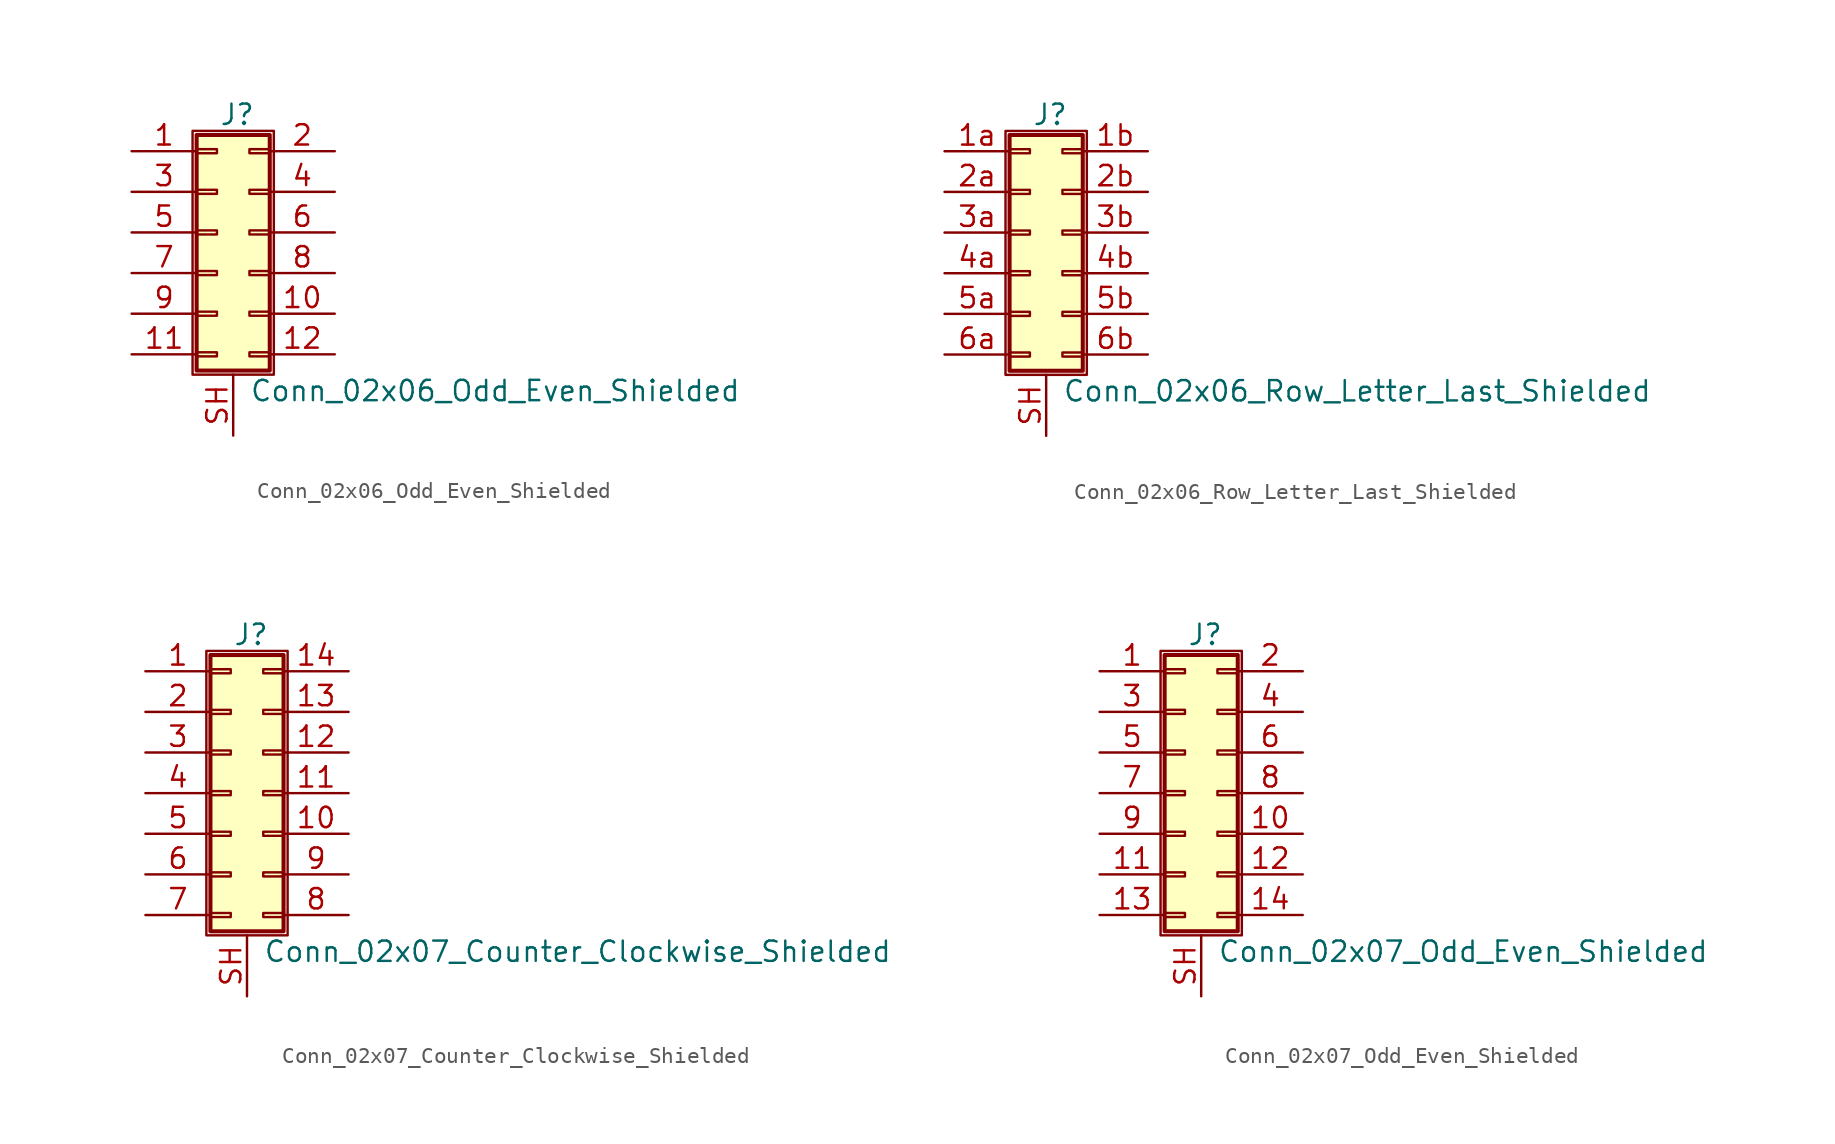
<source format=kicad_sym>
(kicad_symbol_lib
  (version 20220914)
  (generator kicad_symbol_editor)
  (symbol "Conn_02x06_Odd_Even_Shielded"
    (pin_names
      (offset 1.016) hide)
    (property "Reference" "J"
      (at 1.524 7.366 0)
      (effects (font (size 1.27 1.27))))
    (property "Value" "Conn_02x06_Odd_Even_Shielded"
      (at 2.286 -9.906 0)
      (effects (font (size 1.27 1.27)) (justify left)))
    (symbol "Conn_02x06_Odd_Even_Shielded_1_1"
      (rectangle (start -1.27 6.35) (end 3.81 -8.89) (stroke (width 0.152) (type default)) (fill (type none)))
      (rectangle (start -1.016 -7.493) (end 0.254 -7.747) (stroke (width 0.152) (type default)) (fill (type none)))
      (rectangle (start -1.016 -4.953) (end 0.254 -5.207) (stroke (width 0.152) (type default)) (fill (type none)))
      (rectangle (start -1.016 -2.413) (end 0.254 -2.667) (stroke (width 0.152) (type default)) (fill (type none)))
      (rectangle (start -1.016 0.127) (end 0.254 -0.127) (stroke (width 0.152) (type default)) (fill (type none)))
      (rectangle (start -1.016 2.667) (end 0.254 2.413) (stroke (width 0.152) (type default)) (fill (type none)))
      (rectangle (start -1.016 5.207) (end 0.254 4.953) (stroke (width 0.152) (type default)) (fill (type none)))
      (rectangle (start -1.016 6.096) (end 3.556 -8.636) (stroke (width 0.254) (type default)) (fill (type background)))
      (rectangle (start 3.556 -7.493) (end 2.286 -7.747) (stroke (width 0.152) (type default)) (fill (type none)))
      (rectangle (start 3.556 -4.953) (end 2.286 -5.207) (stroke (width 0.152) (type default)) (fill (type none)))
      (rectangle (start 3.556 -2.413) (end 2.286 -2.667) (stroke (width 0.152) (type default)) (fill (type none)))
      (rectangle (start 3.556 0.127) (end 2.286 -0.127) (stroke (width 0.152) (type default)) (fill (type none)))
      (rectangle (start 3.556 2.667) (end 2.286 2.413) (stroke (width 0.152) (type default)) (fill (type none)))
      (rectangle (start 3.556 5.207) (end 2.286 4.953) (stroke (width 0.152) (type default)) (fill (type none)))
      (pin passive line (at -5.08 5.08 0) (length 4.064) (name "Pin_1" (effects (font (size 1.27 1.27)))) (number "1" (effects (font (size 1.27 1.27)))))
      (pin passive line (at 7.62 -5.08 180) (length 4.064) (name "Pin_10" (effects (font (size 1.27 1.27)))) (number "10" (effects (font (size 1.27 1.27)))))
      (pin passive line (at -5.08 -7.62 0) (length 4.064) (name "Pin_11" (effects (font (size 1.27 1.27)))) (number "11" (effects (font (size 1.27 1.27)))))
      (pin passive line (at 7.62 -7.62 180) (length 4.064) (name "Pin_12" (effects (font (size 1.27 1.27)))) (number "12" (effects (font (size 1.27 1.27)))))
      (pin passive line (at 7.62 5.08 180) (length 4.064) (name "Pin_2" (effects (font (size 1.27 1.27)))) (number "2" (effects (font (size 1.27 1.27)))))
      (pin passive line (at -5.08 2.54 0) (length 4.064) (name "Pin_3" (effects (font (size 1.27 1.27)))) (number "3" (effects (font (size 1.27 1.27)))))
      (pin passive line (at 7.62 2.54 180) (length 4.064) (name "Pin_4" (effects (font (size 1.27 1.27)))) (number "4" (effects (font (size 1.27 1.27)))))
      (pin passive line (at -5.08 0 0) (length 4.064) (name "Pin_5" (effects (font (size 1.27 1.27)))) (number "5" (effects (font (size 1.27 1.27)))))
      (pin passive line (at 7.62 0 180) (length 4.064) (name "Pin_6" (effects (font (size 1.27 1.27)))) (number "6" (effects (font (size 1.27 1.27)))))
      (pin passive line (at -5.08 -2.54 0) (length 4.064) (name "Pin_7" (effects (font (size 1.27 1.27)))) (number "7" (effects (font (size 1.27 1.27)))))
      (pin passive line (at 7.62 -2.54 180) (length 4.064) (name "Pin_8" (effects (font (size 1.27 1.27)))) (number "8" (effects (font (size 1.27 1.27)))))
      (pin passive line (at -5.08 -5.08 0) (length 4.064) (name "Pin_9" (effects (font (size 1.27 1.27)))) (number "9" (effects (font (size 1.27 1.27)))))
      (pin passive line (at 1.27 -12.7 90) (length 3.81) (name "Shield" (effects (font (size 1.27 1.27)))) (number "SH" (effects (font (size 1.27 1.27)))))))
  (symbol "Conn_02x06_Row_Letter_Last_Shielded"
    (pin_names
      (offset 1.016) hide)
    (property "Reference" "J"
      (at 1.524 7.366 0)
      (effects (font (size 1.27 1.27))))
    (property "Value" "Conn_02x06_Row_Letter_Last_Shielded"
      (at 2.286 -9.906 0)
      (effects (font (size 1.27 1.27)) (justify left)))
    (symbol "Conn_02x06_Row_Letter_Last_Shielded_1_1"
      (rectangle (start -1.27 6.35) (end 3.81 -8.89) (stroke (width 0.152) (type default)) (fill (type none)))
      (rectangle (start -1.016 -7.493) (end 0.254 -7.747) (stroke (width 0.152) (type default)) (fill (type none)))
      (rectangle (start -1.016 -4.953) (end 0.254 -5.207) (stroke (width 0.152) (type default)) (fill (type none)))
      (rectangle (start -1.016 -2.413) (end 0.254 -2.667) (stroke (width 0.152) (type default)) (fill (type none)))
      (rectangle (start -1.016 0.127) (end 0.254 -0.127) (stroke (width 0.152) (type default)) (fill (type none)))
      (rectangle (start -1.016 2.667) (end 0.254 2.413) (stroke (width 0.152) (type default)) (fill (type none)))
      (rectangle (start -1.016 5.207) (end 0.254 4.953) (stroke (width 0.152) (type default)) (fill (type none)))
      (rectangle (start -1.016 6.096) (end 3.556 -8.636) (stroke (width 0.254) (type default)) (fill (type background)))
      (rectangle (start 3.556 -7.493) (end 2.286 -7.747) (stroke (width 0.152) (type default)) (fill (type none)))
      (rectangle (start 3.556 -4.953) (end 2.286 -5.207) (stroke (width 0.152) (type default)) (fill (type none)))
      (rectangle (start 3.556 -2.413) (end 2.286 -2.667) (stroke (width 0.152) (type default)) (fill (type none)))
      (rectangle (start 3.556 0.127) (end 2.286 -0.127) (stroke (width 0.152) (type default)) (fill (type none)))
      (rectangle (start 3.556 2.667) (end 2.286 2.413) (stroke (width 0.152) (type default)) (fill (type none)))
      (rectangle (start 3.556 5.207) (end 2.286 4.953) (stroke (width 0.152) (type default)) (fill (type none)))
      (pin passive line (at -5.08 5.08 0) (length 4.064) (name "Pin_1a" (effects (font (size 1.27 1.27)))) (number "1a" (effects (font (size 1.27 1.27)))))
      (pin passive line (at 7.62 5.08 180) (length 4.064) (name "Pin_1b" (effects (font (size 1.27 1.27)))) (number "1b" (effects (font (size 1.27 1.27)))))
      (pin passive line (at -5.08 2.54 0) (length 4.064) (name "Pin_2a" (effects (font (size 1.27 1.27)))) (number "2a" (effects (font (size 1.27 1.27)))))
      (pin passive line (at 7.62 2.54 180) (length 4.064) (name "Pin_2b" (effects (font (size 1.27 1.27)))) (number "2b" (effects (font (size 1.27 1.27)))))
      (pin passive line (at -5.08 0 0) (length 4.064) (name "Pin_3a" (effects (font (size 1.27 1.27)))) (number "3a" (effects (font (size 1.27 1.27)))))
      (pin passive line (at 7.62 0 180) (length 4.064) (name "Pin_3b" (effects (font (size 1.27 1.27)))) (number "3b" (effects (font (size 1.27 1.27)))))
      (pin passive line (at -5.08 -2.54 0) (length 4.064) (name "Pin_4a" (effects (font (size 1.27 1.27)))) (number "4a" (effects (font (size 1.27 1.27)))))
      (pin passive line (at 7.62 -2.54 180) (length 4.064) (name "Pin_4b" (effects (font (size 1.27 1.27)))) (number "4b" (effects (font (size 1.27 1.27)))))
      (pin passive line (at -5.08 -5.08 0) (length 4.064) (name "Pin_5a" (effects (font (size 1.27 1.27)))) (number "5a" (effects (font (size 1.27 1.27)))))
      (pin passive line (at 7.62 -5.08 180) (length 4.064) (name "Pin_5b" (effects (font (size 1.27 1.27)))) (number "5b" (effects (font (size 1.27 1.27)))))
      (pin passive line (at -5.08 -7.62 0) (length 4.064) (name "Pin_6a" (effects (font (size 1.27 1.27)))) (number "6a" (effects (font (size 1.27 1.27)))))
      (pin passive line (at 7.62 -7.62 180) (length 4.064) (name "Pin_6b" (effects (font (size 1.27 1.27)))) (number "6b" (effects (font (size 1.27 1.27)))))
      (pin passive line (at 1.27 -12.7 90) (length 3.81) (name "Shield" (effects (font (size 1.27 1.27)))) (number "SH" (effects (font (size 1.27 1.27)))))))
  (symbol "Conn_02x07_Counter_Clockwise_Shielded"
    (pin_names
      (offset 1.016) hide)
    (property "Reference" "J"
      (at 1.524 9.906 0)
      (effects (font (size 1.27 1.27))))
    (property "Value" "Conn_02x07_Counter_Clockwise_Shielded"
      (at 2.286 -9.906 0)
      (effects (font (size 1.27 1.27)) (justify left)))
    (symbol "Conn_02x07_Counter_Clockwise_Shielded_1_1"
      (rectangle (start -1.27 8.89) (end 3.81 -8.89) (stroke (width 0.152) (type default)) (fill (type none)))
      (rectangle (start -1.016 -7.493) (end 0.254 -7.747) (stroke (width 0.152) (type default)) (fill (type none)))
      (rectangle (start -1.016 -4.953) (end 0.254 -5.207) (stroke (width 0.152) (type default)) (fill (type none)))
      (rectangle (start -1.016 -2.413) (end 0.254 -2.667) (stroke (width 0.152) (type default)) (fill (type none)))
      (rectangle (start -1.016 0.127) (end 0.254 -0.127) (stroke (width 0.152) (type default)) (fill (type none)))
      (rectangle (start -1.016 2.667) (end 0.254 2.413) (stroke (width 0.152) (type default)) (fill (type none)))
      (rectangle (start -1.016 5.207) (end 0.254 4.953) (stroke (width 0.152) (type default)) (fill (type none)))
      (rectangle (start -1.016 7.747) (end 0.254 7.493) (stroke (width 0.152) (type default)) (fill (type none)))
      (rectangle (start -1.016 8.636) (end 3.556 -8.636) (stroke (width 0.254) (type default)) (fill (type background)))
      (rectangle (start 3.556 -7.493) (end 2.286 -7.747) (stroke (width 0.152) (type default)) (fill (type none)))
      (rectangle (start 3.556 -4.953) (end 2.286 -5.207) (stroke (width 0.152) (type default)) (fill (type none)))
      (rectangle (start 3.556 -2.413) (end 2.286 -2.667) (stroke (width 0.152) (type default)) (fill (type none)))
      (rectangle (start 3.556 0.127) (end 2.286 -0.127) (stroke (width 0.152) (type default)) (fill (type none)))
      (rectangle (start 3.556 2.667) (end 2.286 2.413) (stroke (width 0.152) (type default)) (fill (type none)))
      (rectangle (start 3.556 5.207) (end 2.286 4.953) (stroke (width 0.152) (type default)) (fill (type none)))
      (rectangle (start 3.556 7.747) (end 2.286 7.493) (stroke (width 0.152) (type default)) (fill (type none)))
      (pin passive line (at -5.08 7.62 0) (length 4.064) (name "Pin_1" (effects (font (size 1.27 1.27)))) (number "1" (effects (font (size 1.27 1.27)))))
      (pin passive line (at 7.62 -2.54 180) (length 4.064) (name "Pin_10" (effects (font (size 1.27 1.27)))) (number "10" (effects (font (size 1.27 1.27)))))
      (pin passive line (at 7.62 0 180) (length 4.064) (name "Pin_11" (effects (font (size 1.27 1.27)))) (number "11" (effects (font (size 1.27 1.27)))))
      (pin passive line (at 7.62 2.54 180) (length 4.064) (name "Pin_12" (effects (font (size 1.27 1.27)))) (number "12" (effects (font (size 1.27 1.27)))))
      (pin passive line (at 7.62 5.08 180) (length 4.064) (name "Pin_13" (effects (font (size 1.27 1.27)))) (number "13" (effects (font (size 1.27 1.27)))))
      (pin passive line (at 7.62 7.62 180) (length 4.064) (name "Pin_14" (effects (font (size 1.27 1.27)))) (number "14" (effects (font (size 1.27 1.27)))))
      (pin passive line (at -5.08 5.08 0) (length 4.064) (name "Pin_2" (effects (font (size 1.27 1.27)))) (number "2" (effects (font (size 1.27 1.27)))))
      (pin passive line (at -5.08 2.54 0) (length 4.064) (name "Pin_3" (effects (font (size 1.27 1.27)))) (number "3" (effects (font (size 1.27 1.27)))))
      (pin passive line (at -5.08 0 0) (length 4.064) (name "Pin_4" (effects (font (size 1.27 1.27)))) (number "4" (effects (font (size 1.27 1.27)))))
      (pin passive line (at -5.08 -2.54 0) (length 4.064) (name "Pin_5" (effects (font (size 1.27 1.27)))) (number "5" (effects (font (size 1.27 1.27)))))
      (pin passive line (at -5.08 -5.08 0) (length 4.064) (name "Pin_6" (effects (font (size 1.27 1.27)))) (number "6" (effects (font (size 1.27 1.27)))))
      (pin passive line (at -5.08 -7.62 0) (length 4.064) (name "Pin_7" (effects (font (size 1.27 1.27)))) (number "7" (effects (font (size 1.27 1.27)))))
      (pin passive line (at 7.62 -7.62 180) (length 4.064) (name "Pin_8" (effects (font (size 1.27 1.27)))) (number "8" (effects (font (size 1.27 1.27)))))
      (pin passive line (at 7.62 -5.08 180) (length 4.064) (name "Pin_9" (effects (font (size 1.27 1.27)))) (number "9" (effects (font (size 1.27 1.27)))))
      (pin passive line (at 1.27 -12.7 90) (length 3.81) (name "Shield" (effects (font (size 1.27 1.27)))) (number "SH" (effects (font (size 1.27 1.27)))))))
  (symbol "Conn_02x07_Odd_Even_Shielded"
    (pin_names
      (offset 1.016) hide)
    (property "Reference" "J"
      (at 1.524 9.906 0)
      (effects (font (size 1.27 1.27))))
    (property "Value" "Conn_02x07_Odd_Even_Shielded"
      (at 2.286 -9.906 0)
      (effects (font (size 1.27 1.27)) (justify left)))
    (symbol "Conn_02x07_Odd_Even_Shielded_1_1"
      (rectangle (start -1.27 8.89) (end 3.81 -8.89) (stroke (width 0.152) (type default)) (fill (type none)))
      (rectangle (start -1.016 -7.493) (end 0.254 -7.747) (stroke (width 0.152) (type default)) (fill (type none)))
      (rectangle (start -1.016 -4.953) (end 0.254 -5.207) (stroke (width 0.152) (type default)) (fill (type none)))
      (rectangle (start -1.016 -2.413) (end 0.254 -2.667) (stroke (width 0.152) (type default)) (fill (type none)))
      (rectangle (start -1.016 0.127) (end 0.254 -0.127) (stroke (width 0.152) (type default)) (fill (type none)))
      (rectangle (start -1.016 2.667) (end 0.254 2.413) (stroke (width 0.152) (type default)) (fill (type none)))
      (rectangle (start -1.016 5.207) (end 0.254 4.953) (stroke (width 0.152) (type default)) (fill (type none)))
      (rectangle (start -1.016 7.747) (end 0.254 7.493) (stroke (width 0.152) (type default)) (fill (type none)))
      (rectangle (start -1.016 8.636) (end 3.556 -8.636) (stroke (width 0.254) (type default)) (fill (type background)))
      (rectangle (start 3.556 -7.493) (end 2.286 -7.747) (stroke (width 0.152) (type default)) (fill (type none)))
      (rectangle (start 3.556 -4.953) (end 2.286 -5.207) (stroke (width 0.152) (type default)) (fill (type none)))
      (rectangle (start 3.556 -2.413) (end 2.286 -2.667) (stroke (width 0.152) (type default)) (fill (type none)))
      (rectangle (start 3.556 0.127) (end 2.286 -0.127) (stroke (width 0.152) (type default)) (fill (type none)))
      (rectangle (start 3.556 2.667) (end 2.286 2.413) (stroke (width 0.152) (type default)) (fill (type none)))
      (rectangle (start 3.556 5.207) (end 2.286 4.953) (stroke (width 0.152) (type default)) (fill (type none)))
      (rectangle (start 3.556 7.747) (end 2.286 7.493) (stroke (width 0.152) (type default)) (fill (type none)))
      (pin passive line (at -5.08 7.62 0) (length 4.064) (name "Pin_1" (effects (font (size 1.27 1.27)))) (number "1" (effects (font (size 1.27 1.27)))))
      (pin passive line (at 7.62 -2.54 180) (length 4.064) (name "Pin_10" (effects (font (size 1.27 1.27)))) (number "10" (effects (font (size 1.27 1.27)))))
      (pin passive line (at -5.08 -5.08 0) (length 4.064) (name "Pin_11" (effects (font (size 1.27 1.27)))) (number "11" (effects (font (size 1.27 1.27)))))
      (pin passive line (at 7.62 -5.08 180) (length 4.064) (name "Pin_12" (effects (font (size 1.27 1.27)))) (number "12" (effects (font (size 1.27 1.27)))))
      (pin passive line (at -5.08 -7.62 0) (length 4.064) (name "Pin_13" (effects (font (size 1.27 1.27)))) (number "13" (effects (font (size 1.27 1.27)))))
      (pin passive line (at 7.62 -7.62 180) (length 4.064) (name "Pin_14" (effects (font (size 1.27 1.27)))) (number "14" (effects (font (size 1.27 1.27)))))
      (pin passive line (at 7.62 7.62 180) (length 4.064) (name "Pin_2" (effects (font (size 1.27 1.27)))) (number "2" (effects (font (size 1.27 1.27)))))
      (pin passive line (at -5.08 5.08 0) (length 4.064) (name "Pin_3" (effects (font (size 1.27 1.27)))) (number "3" (effects (font (size 1.27 1.27)))))
      (pin passive line (at 7.62 5.08 180) (length 4.064) (name "Pin_4" (effects (font (size 1.27 1.27)))) (number "4" (effects (font (size 1.27 1.27)))))
      (pin passive line (at -5.08 2.54 0) (length 4.064) (name "Pin_5" (effects (font (size 1.27 1.27)))) (number "5" (effects (font (size 1.27 1.27)))))
      (pin passive line (at 7.62 2.54 180) (length 4.064) (name "Pin_6" (effects (font (size 1.27 1.27)))) (number "6" (effects (font (size 1.27 1.27)))))
      (pin passive line (at -5.08 0 0) (length 4.064) (name "Pin_7" (effects (font (size 1.27 1.27)))) (number "7" (effects (font (size 1.27 1.27)))))
      (pin passive line (at 7.62 0 180) (length 4.064) (name "Pin_8" (effects (font (size 1.27 1.27)))) (number "8" (effects (font (size 1.27 1.27)))))
      (pin passive line (at -5.08 -2.54 0) (length 4.064) (name "Pin_9" (effects (font (size 1.27 1.27)))) (number "9" (effects (font (size 1.27 1.27)))))
      (pin passive line (at 1.27 -12.7 90) (length 3.81) (name "Shield" (effects (font (size 1.27 1.27)))) (number "SH" (effects (font (size 1.27 1.27))))))))
</source>
